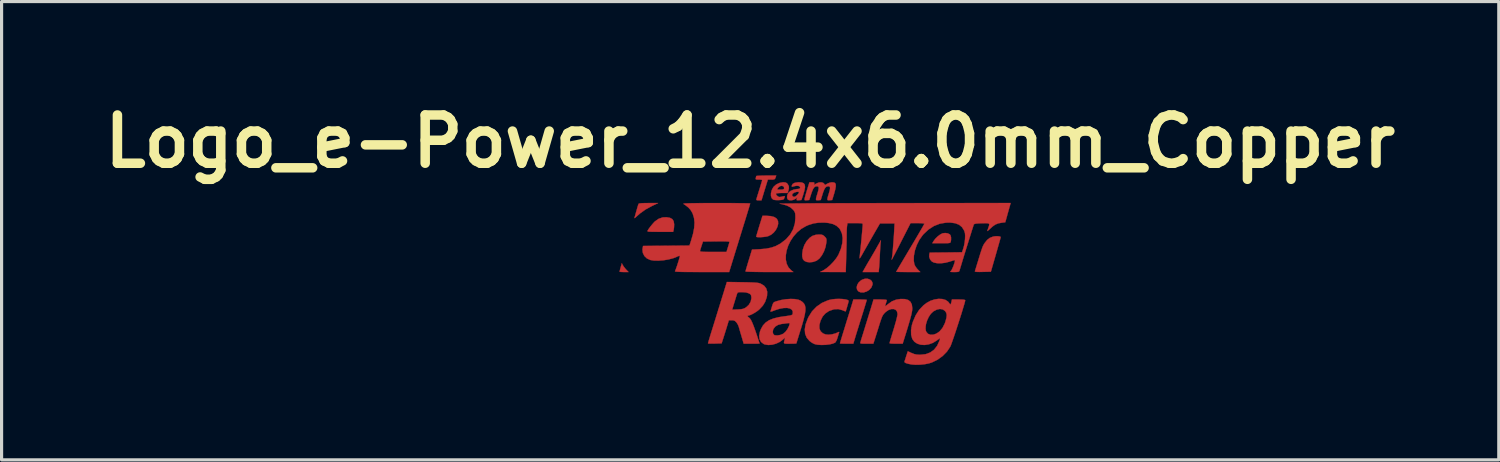
<source format=kicad_pcb>
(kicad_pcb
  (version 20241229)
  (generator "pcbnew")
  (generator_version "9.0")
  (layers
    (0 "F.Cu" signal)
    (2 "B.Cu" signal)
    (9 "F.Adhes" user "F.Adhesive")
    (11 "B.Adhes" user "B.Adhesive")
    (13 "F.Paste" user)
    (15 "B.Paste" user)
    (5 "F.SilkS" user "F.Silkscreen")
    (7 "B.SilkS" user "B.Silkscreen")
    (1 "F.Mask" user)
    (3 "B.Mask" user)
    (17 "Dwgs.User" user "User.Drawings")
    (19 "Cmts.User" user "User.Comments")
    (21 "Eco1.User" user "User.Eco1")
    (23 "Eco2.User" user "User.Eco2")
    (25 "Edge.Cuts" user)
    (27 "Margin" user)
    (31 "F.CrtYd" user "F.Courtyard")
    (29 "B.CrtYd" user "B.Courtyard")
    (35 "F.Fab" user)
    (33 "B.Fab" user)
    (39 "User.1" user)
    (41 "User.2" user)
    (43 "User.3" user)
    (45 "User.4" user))
  (footprint "Logo_e-Power_12.4x6.0mm_Copper"
    (layer "F.Cu")
    (at 22.686 5.482)
    (property "Reference" "Logo_e-Power_12.4x6.0mm_Copper" (at -2.032 -4.064 0) (layer "F.SilkS") (effects (font (size 1.524 1.524) (thickness 0.3))))
    (attr exclude_from_pos_files exclude_from_bom)
    (fp_poly (pts (xy -6.058 -0.155) (xy -6.025 -0.104) (xy -5.976 -0.043) (xy -5.952 -0.016) (xy -5.876 0.064) (xy -6.018 0.064) (xy -6.089 0.062) (xy -6.14 0.058) (xy -6.159 0.053) (xy -6.16 0.053) (xy -6.154 0.028) (xy -6.141 -0.025) (xy -6.124 -0.087) (xy -6.088 -0.215) (xy -6.058 -0.155)) (stroke (width 0.01) (type solid)) (fill yes) (layer "F.Cu"))
    (fp_poly (pts (xy 1.753 0.301) (xy 1.808 0.347) (xy 1.835 0.412) (xy 1.834 0.459) (xy 1.8 0.548) (xy 1.734 0.624) (xy 1.647 0.679) (xy 1.549 0.709) (xy 1.451 0.705) (xy 1.45 0.704) (xy 1.382 0.671) (xy 1.344 0.616) (xy 1.333 0.546) (xy 1.35 0.471) (xy 1.393 0.397) (xy 1.461 0.333) (xy 1.504 0.306) (xy 1.593 0.276) (xy 1.679 0.276) (xy 1.753 0.301)) (stroke (width 0.01) (type solid)) (fill yes) (layer "F.Cu"))
    (fp_poly (pts (xy 4.21 -1.159) (xy 4.272 -1.129) (xy 4.297 -1.101) (xy 4.315 -1.035) (xy 4.315 -0.95) (xy 4.305 -0.894) (xy 4.298 -0.875) (xy 4.285 -0.862) (xy 4.259 -0.854) (xy 4.212 -0.849) (xy 4.139 -0.847) (xy 4.031 -0.847) (xy 4.007 -0.847) (xy 3.723 -0.847) (xy 3.761 -0.912) (xy 3.817 -0.988) (xy 3.892 -1.061) (xy 3.972 -1.122) (xy 4.044 -1.159) (xy 4.051 -1.161) (xy 4.132 -1.17) (xy 4.21 -1.159)) (stroke (width 0.01) (type solid)) (fill yes) (layer "F.Cu"))
    (fp_poly (pts (xy -5.243 -2.116) (xy -4.942 -2.116) (xy -5.133 -2.024) (xy -5.332 -1.917) (xy -5.505 -1.794) (xy -5.617 -1.696) (xy -5.663 -1.654) (xy -5.685 -1.639) (xy -5.689 -1.649) (xy -5.682 -1.672) (xy -5.669 -1.717) (xy -5.649 -1.789) (xy -5.625 -1.875) (xy -5.618 -1.899) (xy -5.595 -1.981) (xy -5.574 -2.048) (xy -5.559 -2.089) (xy -5.557 -2.095) (xy -5.53 -2.104) (xy -5.467 -2.111) (xy -5.371 -2.115) (xy -5.248 -2.116) (xy -5.243 -2.116)) (stroke (width 0.01) (type solid)) (fill yes) (layer "F.Cu"))
    (fp_poly (pts (xy 2.087 -0.836) (xy 2.082 -0.773) (xy 2.076 -0.681) (xy 2.07 -0.571) (xy 2.064 -0.456) (xy 2.064 -0.455) (xy 2.058 -0.338) (xy 2.052 -0.224) (xy 2.046 -0.126) (xy 2.04 -0.058) (xy 2.028 0.064) (xy 1.521 0.064) (xy 1.589 -0.058) (xy 1.633 -0.135) (xy 1.688 -0.231) (xy 1.745 -0.327) (xy 1.758 -0.349) (xy 1.813 -0.443) (xy 1.879 -0.556) (xy 1.945 -0.671) (xy 1.978 -0.73) (xy 2.099 -0.942) (xy 2.087 -0.836)) (stroke (width 0.01) (type solid)) (fill yes) (layer "F.Cu"))
    (fp_poly (pts (xy -4.567 -1.649) (xy -4.493 -1.609) (xy -4.45 -1.543) (xy -4.435 -1.449) (xy -4.435 -1.434) (xy -4.438 -1.357) (xy -4.446 -1.289) (xy -4.451 -1.265) (xy -4.467 -1.206) (xy -4.88 -1.206) (xy -5.022 -1.207) (xy -5.126 -1.208) (xy -5.199 -1.21) (xy -5.245 -1.213) (xy -5.269 -1.22) (xy -5.277 -1.228) (xy -5.275 -1.241) (xy -5.272 -1.247) (xy -5.235 -1.305) (xy -5.18 -1.379) (xy -5.118 -1.454) (xy -5.063 -1.516) (xy -5.041 -1.537) (xy -4.922 -1.62) (xy -4.795 -1.663) (xy -4.676 -1.668) (xy -4.567 -1.649)) (stroke (width 0.01) (type solid)) (fill yes) (layer "F.Cu"))
    (fp_poly (pts (xy -1.525 -1.714) (xy -1.383 -1.704) (xy -1.275 -1.676) (xy -1.201 -1.629) (xy -1.188 -1.616) (xy -1.152 -1.545) (xy -1.148 -1.458) (xy -1.172 -1.364) (xy -1.219 -1.27) (xy -1.286 -1.185) (xy -1.369 -1.116) (xy -1.464 -1.07) (xy -1.469 -1.068) (xy -1.533 -1.054) (xy -1.61 -1.044) (xy -1.691 -1.038) (xy -1.763 -1.037) (xy -1.817 -1.041) (xy -1.841 -1.051) (xy -1.842 -1.053) (xy -1.836 -1.078) (xy -1.82 -1.136) (xy -1.795 -1.219) (xy -1.764 -1.322) (xy -1.743 -1.392) (xy -1.643 -1.714) (xy -1.525 -1.714)) (stroke (width 0.01) (type solid)) (fill yes) (layer "F.Cu"))
    (fp_poly (pts (xy 0.212 -1.119) (xy 0.261 -1.105) (xy 0.303 -1.076) (xy 0.322 -1.057) (xy 0.359 -1.017) (xy 0.376 -0.981) (xy 0.38 -0.932) (xy 0.375 -0.872) (xy 0.349 -0.727) (xy 0.3 -0.589) (xy 0.234 -0.465) (xy 0.156 -0.364) (xy 0.069 -0.297) (xy 0.064 -0.294) (xy -0.04 -0.256) (xy -0.15 -0.243) (xy -0.245 -0.255) (xy -0.32 -0.289) (xy -0.365 -0.341) (xy -0.386 -0.42) (xy -0.389 -0.494) (xy -0.369 -0.645) (xy -0.32 -0.789) (xy -0.245 -0.917) (xy -0.15 -1.02) (xy -0.062 -1.08) (xy 0.041 -1.113) (xy 0.138 -1.122) (xy 0.212 -1.119)) (stroke (width 0.01) (type solid)) (fill yes) (layer "F.Cu"))
    (fp_poly (pts (xy 5.836 -1.064) (xy 5.876 -1.051) (xy 5.884 -1.04) (xy 5.879 -1.017) (xy 5.863 -0.959) (xy 5.838 -0.871) (xy 5.806 -0.758) (xy 5.769 -0.627) (xy 5.729 -0.487) (xy 5.573 0.053) (xy 5.316 0.059) (xy 5.205 0.061) (xy 5.13 0.059) (xy 5.086 0.054) (xy 5.069 0.045) (xy 5.068 0.038) (xy 5.078 0.008) (xy 5.097 -0.053) (xy 5.123 -0.139) (xy 5.154 -0.241) (xy 5.165 -0.275) (xy 5.211 -0.426) (xy 5.247 -0.543) (xy 5.276 -0.631) (xy 5.298 -0.696) (xy 5.317 -0.745) (xy 5.335 -0.782) (xy 5.353 -0.815) (xy 5.375 -0.848) (xy 5.379 -0.855) (xy 5.456 -0.951) (xy 5.539 -1.015) (xy 5.643 -1.056) (xy 5.647 -1.057) (xy 5.709 -1.067) (xy 5.776 -1.069) (xy 5.836 -1.064)) (stroke (width 0.01) (type solid)) (fill yes) (layer "F.Cu"))
    (fp_poly (pts (xy 1.529 0.933) (xy 1.599 0.936) (xy 1.642 0.941) (xy 1.651 0.945) (xy 1.645 0.97) (xy 1.627 1.03) (xy 1.6 1.12) (xy 1.565 1.234) (xy 1.523 1.369) (xy 1.476 1.518) (xy 1.426 1.677) (xy 1.418 1.704) (xy 1.384 1.813) (xy 1.344 1.941) (xy 1.305 2.066) (xy 1.292 2.111) (xy 1.226 2.328) (xy 1.015 2.328) (xy 0.926 2.327) (xy 0.856 2.325) (xy 0.813 2.321) (xy 0.804 2.318) (xy 0.81 2.296) (xy 0.827 2.239) (xy 0.854 2.151) (xy 0.888 2.038) (xy 0.929 1.906) (xy 0.974 1.759) (xy 0.986 1.72) (xy 1.034 1.564) (xy 1.08 1.417) (xy 1.121 1.284) (xy 1.156 1.172) (xy 1.182 1.088) (xy 1.197 1.036) (xy 1.199 1.032) (xy 1.229 0.931) (xy 1.44 0.931) (xy 1.529 0.933)) (stroke (width 0.01) (type solid)) (fill yes) (layer "F.Cu"))
    (fp_poly (pts (xy -1.231 -2.921) (xy -1.247 -2.884) (xy -1.271 -2.865) (xy -1.315 -2.858) (xy -1.363 -2.857) (xy -1.474 -2.857) (xy -1.508 -2.746) (xy -1.529 -2.677) (xy -1.558 -2.583) (xy -1.591 -2.478) (xy -1.609 -2.418) (xy -1.675 -2.201) (xy -1.761 -2.201) (xy -1.815 -2.204) (xy -1.837 -2.216) (xy -1.836 -2.238) (xy -1.826 -2.272) (xy -1.806 -2.337) (xy -1.779 -2.424) (xy -1.748 -2.524) (xy -1.746 -2.529) (xy -1.715 -2.63) (xy -1.688 -2.718) (xy -1.668 -2.784) (xy -1.657 -2.82) (xy -1.657 -2.82) (xy -1.656 -2.842) (xy -1.676 -2.853) (xy -1.726 -2.857) (xy -1.757 -2.857) (xy -1.821 -2.859) (xy -1.852 -2.866) (xy -1.859 -2.883) (xy -1.855 -2.905) (xy -1.845 -2.949) (xy -1.842 -2.969) (xy -1.822 -2.974) (xy -1.767 -2.979) (xy -1.684 -2.982) (xy -1.581 -2.984) (xy -1.525 -2.985) (xy -1.209 -2.985) (xy -1.231 -2.921)) (stroke (width 0.01) (type solid)) (fill yes) (layer "F.Cu"))
    (fp_poly (pts (xy -0.398 -2.765) (xy -0.339 -2.74) (xy -0.307 -2.693) (xy -0.299 -2.621) (xy -0.316 -2.521) (xy -0.355 -2.387) (xy -0.356 -2.381) (xy -0.413 -2.212) (xy -0.494 -2.205) (xy -0.546 -2.203) (xy -0.565 -2.212) (xy -0.562 -2.239) (xy -0.56 -2.246) (xy -0.545 -2.293) (xy -0.604 -2.247) (xy -0.665 -2.216) (xy -0.736 -2.202) (xy -0.803 -2.207) (xy -0.842 -2.227) (xy -0.866 -2.277) (xy -0.864 -2.345) (xy -0.853 -2.375) (xy -0.709 -2.375) (xy -0.699 -2.34) (xy -0.659 -2.311) (xy -0.613 -2.318) (xy -0.555 -2.363) (xy -0.549 -2.369) (xy -0.501 -2.424) (xy -0.489 -2.459) (xy -0.513 -2.473) (xy -0.565 -2.469) (xy -0.636 -2.448) (xy -0.687 -2.414) (xy -0.709 -2.375) (xy -0.853 -2.375) (xy -0.839 -2.415) (xy -0.815 -2.451) (xy -0.75 -2.502) (xy -0.658 -2.541) (xy -0.554 -2.56) (xy -0.521 -2.561) (xy -0.469 -2.572) (xy -0.451 -2.601) (xy -0.468 -2.638) (xy -0.51 -2.659) (xy -0.576 -2.661) (xy -0.654 -2.645) (xy -0.684 -2.634) (xy -0.713 -2.63) (xy -0.718 -2.655) (xy -0.716 -2.669) (xy -0.688 -2.721) (xy -0.623 -2.756) (xy -0.522 -2.772) (xy -0.485 -2.773) (xy -0.398 -2.765)) (stroke (width 0.01) (type solid)) (fill yes) (layer "F.Cu"))
    (fp_poly (pts (xy -0.919 -2.767) (xy -0.876 -2.746) (xy -0.848 -2.717) (xy -0.812 -2.651) (xy -0.808 -2.578) (xy -0.828 -2.501) (xy -0.851 -2.434) (xy -1.027 -2.434) (xy -1.11 -2.432) (xy -1.175 -2.426) (xy -1.212 -2.417) (xy -1.217 -2.414) (xy -1.213 -2.385) (xy -1.184 -2.35) (xy -1.144 -2.319) (xy -1.106 -2.307) (xy -1.06 -2.313) (xy -1.001 -2.327) (xy -0.999 -2.327) (xy -0.953 -2.338) (xy -0.937 -2.332) (xy -0.943 -2.303) (xy -0.943 -2.301) (xy -0.962 -2.255) (xy -0.976 -2.234) (xy -1.01 -2.22) (xy -1.071 -2.212) (xy -1.146 -2.208) (xy -1.222 -2.21) (xy -1.282 -2.218) (xy -1.306 -2.226) (xy -1.353 -2.271) (xy -1.376 -2.342) (xy -1.375 -2.429) (xy -1.352 -2.522) (xy -1.332 -2.56) (xy -1.176 -2.56) (xy -1.172 -2.546) (xy -1.14 -2.541) (xy -1.081 -2.54) (xy -1.009 -2.544) (xy -0.97 -2.559) (xy -0.96 -2.573) (xy -0.963 -2.613) (xy -0.981 -2.641) (xy -1.028 -2.662) (xy -1.085 -2.651) (xy -1.14 -2.612) (xy -1.159 -2.588) (xy -1.176 -2.56) (xy -1.332 -2.56) (xy -1.305 -2.611) (xy -1.289 -2.633) (xy -1.211 -2.702) (xy -1.109 -2.751) (xy -1 -2.773) (xy -0.987 -2.773) (xy -0.919 -2.767)) (stroke (width 0.01) (type solid)) (fill yes) (layer "F.Cu"))
    (fp_poly (pts (xy 0.883 0.916) (xy 0.971 0.927) (xy 1.038 0.943) (xy 1.075 0.965) (xy 1.079 0.977) (xy 1.074 1.004) (xy 1.06 1.059) (xy 1.04 1.128) (xy 1.02 1.2) (xy 1.001 1.261) (xy 0.988 1.3) (xy 0.985 1.307) (xy 0.965 1.303) (xy 0.918 1.285) (xy 0.878 1.268) (xy 0.751 1.234) (xy 0.616 1.241) (xy 0.476 1.288) (xy 0.442 1.305) (xy 0.336 1.378) (xy 0.257 1.47) (xy 0.195 1.593) (xy 0.189 1.608) (xy 0.155 1.736) (xy 0.156 1.846) (xy 0.192 1.934) (xy 0.262 1.999) (xy 0.345 2.034) (xy 0.441 2.044) (xy 0.554 2.032) (xy 0.668 2.001) (xy 0.728 1.974) (xy 0.769 1.956) (xy 0.781 1.959) (xy 0.778 1.973) (xy 0.767 2.008) (xy 0.748 2.069) (xy 0.729 2.135) (xy 0.698 2.224) (xy 0.663 2.282) (xy 0.648 2.296) (xy 0.574 2.327) (xy 0.472 2.35) (xy 0.351 2.364) (xy 0.226 2.368) (xy 0.108 2.362) (xy 0.017 2.345) (xy -0.043 2.319) (xy -0.114 2.275) (xy -0.158 2.24) (xy -0.246 2.137) (xy -0.296 2.016) (xy -0.307 1.876) (xy -0.281 1.718) (xy -0.216 1.542) (xy -0.187 1.48) (xy -0.077 1.305) (xy 0.064 1.158) (xy 0.232 1.041) (xy 0.422 0.959) (xy 0.48 0.942) (xy 0.572 0.924) (xy 0.675 0.914) (xy 0.782 0.912) (xy 0.883 0.916)) (stroke (width 0.01) (type solid)) (fill yes) (layer "F.Cu"))
    (fp_poly (pts (xy -0.025 -2.77) (xy -0.004 -2.758) (xy -0.006 -2.73) (xy -0.006 -2.73) (xy -0.018 -2.687) (xy 0.052 -2.73) (xy 0.13 -2.764) (xy 0.208 -2.772) (xy 0.272 -2.756) (xy 0.303 -2.729) (xy 0.334 -2.686) (xy 0.405 -2.729) (xy 0.475 -2.759) (xy 0.551 -2.772) (xy 0.617 -2.766) (xy 0.652 -2.747) (xy 0.671 -2.71) (xy 0.673 -2.648) (xy 0.659 -2.558) (xy 0.627 -2.436) (xy 0.617 -2.402) (xy 0.559 -2.212) (xy 0.48 -2.205) (xy 0.439 -2.203) (xy 0.415 -2.21) (xy 0.406 -2.233) (xy 0.412 -2.277) (xy 0.432 -2.351) (xy 0.454 -2.421) (xy 0.482 -2.52) (xy 0.492 -2.587) (xy 0.486 -2.626) (xy 0.461 -2.643) (xy 0.436 -2.646) (xy 0.387 -2.638) (xy 0.348 -2.609) (xy 0.312 -2.554) (xy 0.277 -2.466) (xy 0.256 -2.402) (xy 0.197 -2.212) (xy 0.12 -2.205) (xy 0.079 -2.203) (xy 0.055 -2.21) (xy 0.046 -2.233) (xy 0.052 -2.278) (xy 0.073 -2.352) (xy 0.094 -2.421) (xy 0.122 -2.52) (xy 0.133 -2.587) (xy 0.126 -2.626) (xy 0.101 -2.643) (xy 0.076 -2.646) (xy 0.028 -2.638) (xy -0.011 -2.61) (xy -0.046 -2.556) (xy -0.082 -2.47) (xy -0.105 -2.402) (xy -0.166 -2.212) (xy -0.244 -2.205) (xy -0.295 -2.203) (xy -0.315 -2.214) (xy -0.314 -2.247) (xy -0.312 -2.258) (xy -0.301 -2.302) (xy -0.281 -2.376) (xy -0.254 -2.468) (xy -0.231 -2.545) (xy -0.16 -2.773) (xy -0.078 -2.773) (xy -0.025 -2.77)) (stroke (width 0.01) (type solid)) (fill yes) (layer "F.Cu"))
    (fp_poly (pts (xy 2.858 0.918) (xy 2.961 0.947) (xy 3.033 1.004) (xy 3.076 1.09) (xy 3.09 1.206) (xy 3.09 1.211) (xy 3.087 1.263) (xy 3.077 1.329) (xy 3.059 1.414) (xy 3.031 1.521) (xy 2.993 1.655) (xy 2.944 1.82) (xy 2.883 2.02) (xy 2.867 2.069) (xy 2.786 2.328) (xy 2.578 2.328) (xy 2.49 2.327) (xy 2.421 2.323) (xy 2.379 2.316) (xy 2.371 2.312) (xy 2.377 2.287) (xy 2.393 2.229) (xy 2.419 2.143) (xy 2.451 2.035) (xy 2.489 1.912) (xy 2.498 1.883) (xy 2.536 1.753) (xy 2.571 1.632) (xy 2.598 1.527) (xy 2.616 1.446) (xy 2.624 1.397) (xy 2.625 1.393) (xy 2.609 1.313) (xy 2.566 1.259) (xy 2.502 1.232) (xy 2.424 1.234) (xy 2.338 1.264) (xy 2.251 1.325) (xy 2.235 1.34) (xy 2.199 1.377) (xy 2.17 1.414) (xy 2.144 1.459) (xy 2.119 1.52) (xy 2.089 1.604) (xy 2.052 1.719) (xy 2.044 1.746) (xy 2.006 1.868) (xy 1.968 1.988) (xy 1.935 2.093) (xy 1.909 2.174) (xy 1.902 2.196) (xy 1.859 2.328) (xy 1.648 2.328) (xy 1.552 2.328) (xy 1.491 2.325) (xy 1.458 2.319) (xy 1.446 2.307) (xy 1.448 2.291) (xy 1.457 2.262) (xy 1.476 2.198) (xy 1.505 2.104) (xy 1.542 1.987) (xy 1.584 1.85) (xy 1.63 1.7) (xy 1.642 1.662) (xy 1.69 1.507) (xy 1.734 1.363) (xy 1.774 1.235) (xy 1.806 1.129) (xy 1.83 1.05) (xy 1.844 1.005) (xy 1.845 1) (xy 1.865 0.931) (xy 2.075 0.931) (xy 2.164 0.933) (xy 2.234 0.938) (xy 2.277 0.945) (xy 2.286 0.95) (xy 2.279 0.98) (xy 2.263 1.033) (xy 2.255 1.056) (xy 2.239 1.108) (xy 2.234 1.139) (xy 2.237 1.143) (xy 2.258 1.13) (xy 2.299 1.098) (xy 2.321 1.08) (xy 2.446 0.99) (xy 2.58 0.937) (xy 2.722 0.915) (xy 2.858 0.918)) (stroke (width 0.01) (type solid)) (fill yes) (layer "F.Cu"))
    (fp_poly (pts (xy -0.618 0.918) (xy -0.507 0.939) (xy -0.444 0.965) (xy -0.38 1.009) (xy -0.332 1.059) (xy -0.301 1.119) (xy -0.286 1.194) (xy -0.288 1.288) (xy -0.306 1.405) (xy -0.34 1.55) (xy -0.39 1.727) (xy -0.43 1.858) (xy -0.471 1.988) (xy -0.507 2.105) (xy -0.537 2.202) (xy -0.559 2.273) (xy -0.57 2.312) (xy -0.572 2.318) (xy -0.591 2.323) (xy -0.644 2.326) (xy -0.721 2.328) (xy -0.775 2.328) (xy -0.87 2.329) (xy -0.929 2.326) (xy -0.959 2.315) (xy -0.966 2.29) (xy -0.956 2.244) (xy -0.939 2.18) (xy -0.931 2.149) (xy -0.938 2.144) (xy -0.964 2.166) (xy -0.992 2.192) (xy -1.093 2.269) (xy -1.213 2.326) (xy -1.339 2.36) (xy -1.462 2.369) (xy -1.571 2.351) (xy -1.609 2.335) (xy -1.689 2.272) (xy -1.735 2.186) (xy -1.748 2.079) (xy -1.725 1.954) (xy -1.723 1.947) (xy -1.32 1.947) (xy -1.309 2.011) (xy -1.273 2.053) (xy -1.255 2.061) (xy -1.175 2.067) (xy -1.081 2.052) (xy -0.995 2.017) (xy -0.985 2.011) (xy -0.916 1.951) (xy -0.853 1.866) (xy -0.806 1.771) (xy -0.793 1.73) (xy -0.786 1.692) (xy -0.797 1.677) (xy -0.836 1.678) (xy -0.86 1.681) (xy -0.936 1.691) (xy -1.02 1.702) (xy -1.038 1.704) (xy -1.151 1.733) (xy -1.241 1.788) (xy -1.299 1.864) (xy -1.303 1.873) (xy -1.32 1.947) (xy -1.723 1.947) (xy -1.692 1.866) (xy -1.628 1.752) (xy -1.544 1.66) (xy -1.435 1.587) (xy -1.296 1.531) (xy -1.125 1.489) (xy -0.975 1.466) (xy -0.863 1.451) (xy -0.785 1.439) (xy -0.736 1.427) (xy -0.708 1.414) (xy -0.694 1.398) (xy -0.689 1.384) (xy -0.686 1.308) (xy -0.718 1.252) (xy -0.78 1.214) (xy -0.869 1.197) (xy -0.98 1.201) (xy -1.109 1.225) (xy -1.254 1.272) (xy -1.275 1.281) (xy -1.343 1.306) (xy -1.383 1.314) (xy -1.391 1.306) (xy -1.38 1.274) (xy -1.362 1.214) (xy -1.343 1.15) (xy -1.32 1.079) (xy -1.299 1.037) (xy -1.269 1.012) (xy -1.219 0.992) (xy -1.201 0.987) (xy -1.053 0.947) (xy -0.9 0.923) (xy -0.752 0.913) (xy -0.618 0.918)) (stroke (width 0.01) (type solid)) (fill yes) (layer "F.Cu"))
    (fp_poly (pts (xy -2.897 -2.115) (xy -2.702 -2.115) (xy -2.524 -2.114) (xy -2.367 -2.112) (xy -2.236 -2.111) (xy -2.134 -2.109) (xy -2.065 -2.106) (xy -2.034 -2.104) (xy -2.032 -2.103) (xy -2.038 -2.08) (xy -2.055 -2.021) (xy -2.082 -1.932) (xy -2.117 -1.817) (xy -2.159 -1.68) (xy -2.206 -1.526) (xy -2.246 -1.399) (xy -2.303 -1.213) (xy -2.363 -1.021) (xy -2.421 -0.831) (xy -2.477 -0.651) (xy -2.526 -0.492) (xy -2.566 -0.36) (xy -2.578 -0.323) (xy -2.697 0.064) (xy -3.563 0.064) (xy -3.784 0.063) (xy -3.965 0.062) (xy -4.111 0.061) (xy -4.224 0.059) (xy -4.307 0.056) (xy -4.363 0.052) (xy -4.396 0.047) (xy -4.409 0.041) (xy -4.408 0.037) (xy -4.394 0.007) (xy -4.372 -0.053) (xy -4.344 -0.132) (xy -4.316 -0.22) (xy -4.289 -0.306) (xy -4.268 -0.379) (xy -4.256 -0.429) (xy -4.255 -0.442) (xy -4.271 -0.45) (xy -4.319 -0.433) (xy -4.341 -0.422) (xy -4.464 -0.373) (xy -4.612 -0.334) (xy -4.772 -0.308) (xy -4.93 -0.296) (xy -5.076 -0.299) (xy -5.19 -0.318) (xy -5.296 -0.367) (xy -5.375 -0.443) (xy -5.423 -0.538) (xy -5.43 -0.598) (xy -3.618 -0.598) (xy -3.609 -0.588) (xy -3.577 -0.581) (xy -3.518 -0.576) (xy -3.429 -0.573) (xy -3.304 -0.572) (xy -3.2 -0.572) (xy -2.781 -0.572) (xy -2.735 -0.72) (xy -2.712 -0.796) (xy -2.695 -0.856) (xy -2.688 -0.889) (xy -2.688 -0.89) (xy -2.709 -0.898) (xy -2.77 -0.903) (xy -2.868 -0.906) (xy -3.001 -0.906) (xy -3.106 -0.905) (xy -3.524 -0.9) (xy -3.57 -0.762) (xy -3.593 -0.689) (xy -3.611 -0.63) (xy -3.618 -0.598) (xy -5.43 -0.598) (xy -5.436 -0.646) (xy -5.431 -0.686) (xy -5.417 -0.761) (xy -3.951 -0.773) (xy -3.902 -0.921) (xy -3.839 -1.139) (xy -3.802 -1.329) (xy -3.791 -1.494) (xy -3.806 -1.641) (xy -3.846 -1.773) (xy -3.865 -1.814) (xy -3.917 -1.9) (xy -3.984 -1.974) (xy -4.075 -2.046) (xy -4.14 -2.089) (xy -4.141 -2.095) (xy -4.122 -2.1) (xy -4.079 -2.104) (xy -4.011 -2.107) (xy -3.914 -2.11) (xy -3.787 -2.112) (xy -3.626 -2.114) (xy -3.429 -2.115) (xy -3.193 -2.115) (xy -3.106 -2.115) (xy -2.897 -2.115)) (stroke (width 0.01) (type solid)) (fill yes) (layer "F.Cu"))
    (fp_poly (pts (xy 4.039 0.916) (xy 4.142 0.946) (xy 4.221 0.999) (xy 4.252 1.038) (xy 4.28 1.078) (xy 4.3 1.084) (xy 4.315 1.052) (xy 4.328 1) (xy 4.343 0.931) (xy 4.553 0.931) (xy 4.656 0.933) (xy 4.722 0.938) (xy 4.756 0.948) (xy 4.763 0.958) (xy 4.756 0.992) (xy 4.738 1.061) (xy 4.709 1.158) (xy 4.673 1.278) (xy 4.631 1.415) (xy 4.584 1.562) (xy 4.535 1.714) (xy 4.486 1.866) (xy 4.438 2.011) (xy 4.393 2.143) (xy 4.353 2.257) (xy 4.321 2.347) (xy 4.297 2.407) (xy 4.289 2.423) (xy 4.185 2.579) (xy 4.048 2.718) (xy 3.888 2.834) (xy 3.712 2.919) (xy 3.616 2.95) (xy 3.485 2.976) (xy 3.337 2.991) (xy 3.193 2.994) (xy 3.069 2.984) (xy 3.069 2.984) (xy 2.96 2.963) (xy 2.884 2.939) (xy 2.845 2.913) (xy 2.842 2.894) (xy 2.853 2.862) (xy 2.873 2.802) (xy 2.897 2.726) (xy 2.9 2.717) (xy 2.949 2.567) (xy 3.067 2.622) (xy 3.147 2.654) (xy 3.223 2.671) (xy 3.317 2.677) (xy 3.344 2.677) (xy 3.513 2.659) (xy 3.658 2.605) (xy 3.779 2.517) (xy 3.875 2.395) (xy 3.946 2.239) (xy 3.959 2.198) (xy 3.966 2.169) (xy 3.961 2.16) (xy 3.938 2.172) (xy 3.889 2.207) (xy 3.866 2.225) (xy 3.743 2.301) (xy 3.612 2.348) (xy 3.482 2.368) (xy 3.358 2.361) (xy 3.247 2.326) (xy 3.156 2.266) (xy 3.092 2.18) (xy 3.088 2.172) (xy 3.054 2.048) (xy 3.051 1.901) (xy 3.064 1.82) (xy 3.508 1.82) (xy 3.517 1.914) (xy 3.533 1.954) (xy 3.587 2.016) (xy 3.665 2.045) (xy 3.759 2.041) (xy 3.843 2.013) (xy 3.951 1.941) (xy 4.042 1.833) (xy 4.115 1.692) (xy 4.138 1.626) (xy 4.169 1.509) (xy 4.178 1.42) (xy 4.163 1.351) (xy 4.126 1.294) (xy 4.125 1.293) (xy 4.052 1.244) (xy 3.963 1.23) (xy 3.863 1.251) (xy 3.759 1.306) (xy 3.751 1.312) (xy 3.675 1.385) (xy 3.61 1.482) (xy 3.558 1.594) (xy 3.523 1.71) (xy 3.508 1.82) (xy 3.064 1.82) (xy 3.078 1.738) (xy 3.109 1.636) (xy 3.197 1.431) (xy 3.307 1.259) (xy 3.443 1.116) (xy 3.544 1.039) (xy 3.665 0.972) (xy 3.793 0.93) (xy 3.92 0.911) (xy 4.039 0.916)) (stroke (width 0.01) (type solid)) (fill yes) (layer "F.Cu"))
    (fp_poly (pts (xy -2.279 0.385) (xy -2.116 0.388) (xy -1.989 0.392) (xy -1.893 0.396) (xy -1.822 0.402) (xy -1.768 0.41) (xy -1.727 0.421) (xy -1.699 0.432) (xy -1.594 0.495) (xy -1.526 0.579) (xy -1.494 0.685) (xy -1.499 0.811) (xy -1.513 0.873) (xy -1.561 1.009) (xy -1.633 1.126) (xy -1.738 1.239) (xy -1.744 1.245) (xy -1.811 1.299) (xy -1.891 1.352) (xy -1.973 1.397) (xy -2.044 1.428) (xy -2.09 1.439) (xy -2.115 1.449) (xy -2.105 1.473) (xy -2.075 1.498) (xy -2.042 1.528) (xy -2.007 1.579) (xy -1.969 1.657) (xy -1.925 1.764) (xy -1.874 1.906) (xy -1.838 2.01) (xy -1.803 2.116) (xy -1.773 2.207) (xy -1.75 2.276) (xy -1.737 2.316) (xy -1.736 2.322) (xy -1.755 2.325) (xy -1.809 2.327) (xy -1.889 2.328) (xy -1.986 2.328) (xy -2.237 2.328) (xy -2.307 2.09) (xy -2.337 1.989) (xy -2.364 1.896) (xy -2.385 1.822) (xy -2.396 1.784) (xy -2.423 1.721) (xy -2.464 1.657) (xy -2.469 1.652) (xy -2.513 1.609) (xy -2.563 1.59) (xy -2.614 1.587) (xy -2.706 1.587) (xy -2.772 1.804) (xy -2.806 1.915) (xy -2.842 2.029) (xy -2.874 2.13) (xy -2.887 2.17) (xy -2.935 2.318) (xy -3.15 2.324) (xy -3.24 2.325) (xy -3.311 2.324) (xy -3.355 2.321) (xy -3.365 2.317) (xy -3.359 2.294) (xy -3.343 2.237) (xy -3.317 2.151) (xy -3.284 2.042) (xy -3.245 1.917) (xy -3.226 1.856) (xy -3.178 1.701) (xy -3.127 1.538) (xy -3.078 1.378) (xy -3.039 1.253) (xy -2.602 1.253) (xy -2.426 1.246) (xy -2.332 1.24) (xy -2.265 1.228) (xy -2.212 1.209) (xy -2.163 1.18) (xy -2.075 1.1) (xy -2.016 1) (xy -1.993 0.891) (xy -1.994 0.861) (xy -2.003 0.801) (xy -2.027 0.764) (xy -2.074 0.736) (xy -2.164 0.708) (xy -2.286 0.699) (xy -2.29 0.699) (xy -2.365 0.699) (xy -2.409 0.705) (xy -2.432 0.72) (xy -2.446 0.748) (xy -2.452 0.767) (xy -2.473 0.833) (xy -2.501 0.923) (xy -2.531 1.022) (xy -2.56 1.115) (xy -2.581 1.186) (xy -2.583 1.193) (xy -2.602 1.253) (xy -3.039 1.253) (xy -3.033 1.233) (xy -2.997 1.117) (xy -2.995 1.111) (xy -2.955 0.981) (xy -2.912 0.842) (xy -2.871 0.711) (xy -2.838 0.602) (xy -2.836 0.596) (xy -2.769 0.378) (xy -2.279 0.385)) (stroke (width 0.01) (type solid)) (fill yes) (layer "F.Cu"))
    (fp_poly (pts (xy 6.17 -2.016) (xy 6.151 -1.95) (xy 6.126 -1.859) (xy 6.097 -1.758) (xy 6.085 -1.712) (xy 6.028 -1.508) (xy 5.912 -1.494) (xy 5.805 -1.474) (xy 5.714 -1.437) (xy 5.626 -1.375) (xy 5.562 -1.316) (xy 5.511 -1.269) (xy 5.475 -1.238) (xy 5.461 -1.231) (xy 5.461 -1.231) (xy 5.467 -1.257) (xy 5.484 -1.308) (xy 5.493 -1.333) (xy 5.514 -1.397) (xy 5.523 -1.439) (xy 5.512 -1.464) (xy 5.477 -1.476) (xy 5.411 -1.479) (xy 5.31 -1.478) (xy 5.289 -1.477) (xy 5.179 -1.473) (xy 5.105 -1.467) (xy 5.06 -1.457) (xy 5.038 -1.443) (xy 5.035 -1.439) (xy 5.026 -1.415) (xy 5.007 -1.355) (xy 4.978 -1.266) (xy 4.943 -1.153) (xy 4.902 -1.023) (xy 4.857 -0.879) (xy 4.81 -0.729) (xy 4.763 -0.577) (xy 4.717 -0.429) (xy 4.675 -0.291) (xy 4.638 -0.168) (xy 4.607 -0.066) (xy 4.585 0.009) (xy 4.58 0.026) (xy 4.567 0.046) (xy 4.537 0.058) (xy 4.481 0.063) (xy 4.42 0.064) (xy 4.343 0.063) (xy 4.302 0.06) (xy 4.291 0.052) (xy 4.302 0.036) (xy 4.313 0.026) (xy 4.335 -0.005) (xy 4.362 -0.062) (xy 4.391 -0.131) (xy 4.416 -0.203) (xy 4.433 -0.264) (xy 4.439 -0.304) (xy 4.437 -0.311) (xy 4.415 -0.309) (xy 4.363 -0.295) (xy 4.29 -0.272) (xy 4.263 -0.263) (xy 4.13 -0.229) (xy 3.997 -0.213) (xy 3.875 -0.215) (xy 3.773 -0.236) (xy 3.711 -0.267) (xy 3.653 -0.334) (xy 3.624 -0.418) (xy 3.628 -0.496) (xy 3.641 -0.55) (xy 4.152 -0.555) (xy 4.662 -0.561) (xy 4.704 -0.688) (xy 4.727 -0.775) (xy 4.746 -0.881) (xy 4.757 -0.984) (xy 4.757 -0.986) (xy 4.76 -1.083) (xy 4.756 -1.153) (xy 4.741 -1.213) (xy 4.725 -1.253) (xy 4.66 -1.356) (xy 4.569 -1.431) (xy 4.449 -1.478) (xy 4.298 -1.499) (xy 4.158 -1.497) (xy 3.961 -1.464) (xy 3.774 -1.391) (xy 3.601 -1.279) (xy 3.443 -1.13) (xy 3.413 -1.094) (xy 3.311 -0.949) (xy 3.231 -0.788) (xy 3.173 -0.619) (xy 3.141 -0.452) (xy 3.137 -0.295) (xy 3.155 -0.184) (xy 3.184 -0.121) (xy 3.232 -0.053) (xy 3.261 -0.02) (xy 3.344 0.064) (xy 2.963 0.064) (xy 2.842 0.063) (xy 2.736 0.062) (xy 2.653 0.06) (xy 2.6 0.058) (xy 2.582 0.055) (xy 2.593 0.036) (xy 2.623 -0.016) (xy 2.67 -0.097) (xy 2.732 -0.202) (xy 2.807 -0.328) (xy 2.892 -0.471) (xy 2.985 -0.628) (xy 3.027 -0.698) (xy 3.123 -0.859) (xy 3.212 -1.01) (xy 3.291 -1.145) (xy 3.359 -1.261) (xy 3.413 -1.354) (xy 3.45 -1.421) (xy 3.469 -1.457) (xy 3.471 -1.462) (xy 3.452 -1.47) (xy 3.398 -1.477) (xy 3.321 -1.481) (xy 3.254 -1.482) (xy 3.036 -1.482) (xy 2.74 -0.902) (xy 2.667 -0.758) (xy 2.6 -0.628) (xy 2.542 -0.515) (xy 2.495 -0.425) (xy 2.461 -0.361) (xy 2.444 -0.328) (xy 2.441 -0.325) (xy 2.442 -0.346) (xy 2.449 -0.395) (xy 2.455 -0.434) (xy 2.462 -0.486) (xy 2.47 -0.571) (xy 2.479 -0.683) (xy 2.489 -0.811) (xy 2.499 -0.949) (xy 2.509 -1.087) (xy 2.517 -1.218) (xy 2.523 -1.333) (xy 2.526 -1.386) (xy 2.529 -1.471) (xy 2.068 -1.471) (xy 1.878 -1.143) (xy 1.804 -1.013) (xy 1.724 -0.874) (xy 1.647 -0.739) (xy 1.579 -0.62) (xy 1.552 -0.572) (xy 1.497 -0.474) (xy 1.46 -0.411) (xy 1.437 -0.377) (xy 1.426 -0.37) (xy 1.424 -0.386) (xy 1.428 -0.423) (xy 1.428 -0.423) (xy 1.435 -0.483) (xy 1.444 -0.572) (xy 1.456 -0.683) (xy 1.468 -0.807) (xy 1.481 -0.939) (xy 1.493 -1.069) (xy 1.504 -1.19) (xy 1.513 -1.295) (xy 1.52 -1.376) (xy 1.524 -1.425) (xy 1.524 -1.434) (xy 1.522 -1.455) (xy 1.512 -1.468) (xy 1.487 -1.476) (xy 1.439 -1.48) (xy 1.361 -1.482) (xy 1.283 -1.482) (xy 1.043 -1.482) (xy 1.03 -1.402) (xy 1.024 -1.346) (xy 1.019 -1.262) (xy 1.017 -1.163) (xy 1.016 -1.109) (xy 1.016 -1.023) (xy 1.014 -0.904) (xy 1.011 -0.763) (xy 1.007 -0.61) (xy 1.003 -0.454) (xy 1.002 -0.416) (xy 0.988 0.064) (xy 0.584 0.063) (xy 0.18 0.062) (xy 0.286 0.007) (xy 0.384 -0.058) (xy 0.491 -0.149) (xy 0.595 -0.257) (xy 0.686 -0.369) (xy 0.753 -0.476) (xy 0.759 -0.488) (xy 0.836 -0.674) (xy 0.879 -0.85) (xy 0.889 -1.012) (xy 0.866 -1.157) (xy 0.809 -1.281) (xy 0.781 -1.319) (xy 0.695 -1.398) (xy 0.584 -1.453) (xy 0.444 -1.486) (xy 0.328 -1.498) (xy 0.141 -1.497) (xy -0.025 -1.474) (xy -0.183 -1.425) (xy -0.272 -1.386) (xy -0.419 -1.3) (xy -0.55 -1.19) (xy -0.663 -1.062) (xy -0.757 -0.921) (xy -0.83 -0.772) (xy -0.88 -0.62) (xy -0.906 -0.469) (xy -0.906 -0.326) (xy -0.878 -0.195) (xy -0.821 -0.081) (xy -0.738 0.007) (xy -0.667 0.063) (xy -1.423 0.063) (xy -1.599 0.063) (xy -1.76 0.061) (xy -1.902 0.059) (xy -2.019 0.056) (xy -2.108 0.053) (xy -2.163 0.049) (xy -2.18 0.045) (xy -2.174 0.019) (xy -2.158 -0.039) (xy -2.133 -0.124) (xy -2.102 -0.228) (xy -2.077 -0.31) (xy -1.974 -0.646) (xy -1.722 -0.658) (xy -1.531 -0.675) (xy -1.37 -0.707) (xy -1.229 -0.755) (xy -1.096 -0.825) (xy -1.067 -0.843) (xy -0.898 -0.974) (xy -0.767 -1.124) (xy -0.674 -1.29) (xy -0.619 -1.473) (xy -0.604 -1.642) (xy -0.605 -1.73) (xy -0.611 -1.79) (xy -0.625 -1.833) (xy -0.651 -1.875) (xy -0.664 -1.893) (xy -0.751 -1.974) (xy -0.871 -2.037) (xy -1.02 -2.08) (xy -1.103 -2.093) (xy -1.101 -2.095) (xy -1.058 -2.097) (xy -0.975 -2.099) (xy -0.855 -2.101) (xy -0.699 -2.103) (xy -0.508 -2.105) (xy -0.283 -2.106) (xy -0.028 -2.108) (xy 0.258 -2.109) (xy 0.572 -2.11) (xy 0.913 -2.111) (xy 1.28 -2.112) (xy 1.67 -2.113) (xy 2.083 -2.114) (xy 2.469 -2.114) (xy 6.198 -2.117) (xy 6.17 -2.016)) (stroke (width 0.01) (type solid)) (fill yes) (layer "F.Cu")))
  (gr_rect
    (start -3 -3)
    (end 44.308 11.481)
    (stroke (width 0.1) (type default))
    (fill no)
    (layer "Edge.Cuts")))
</source>
